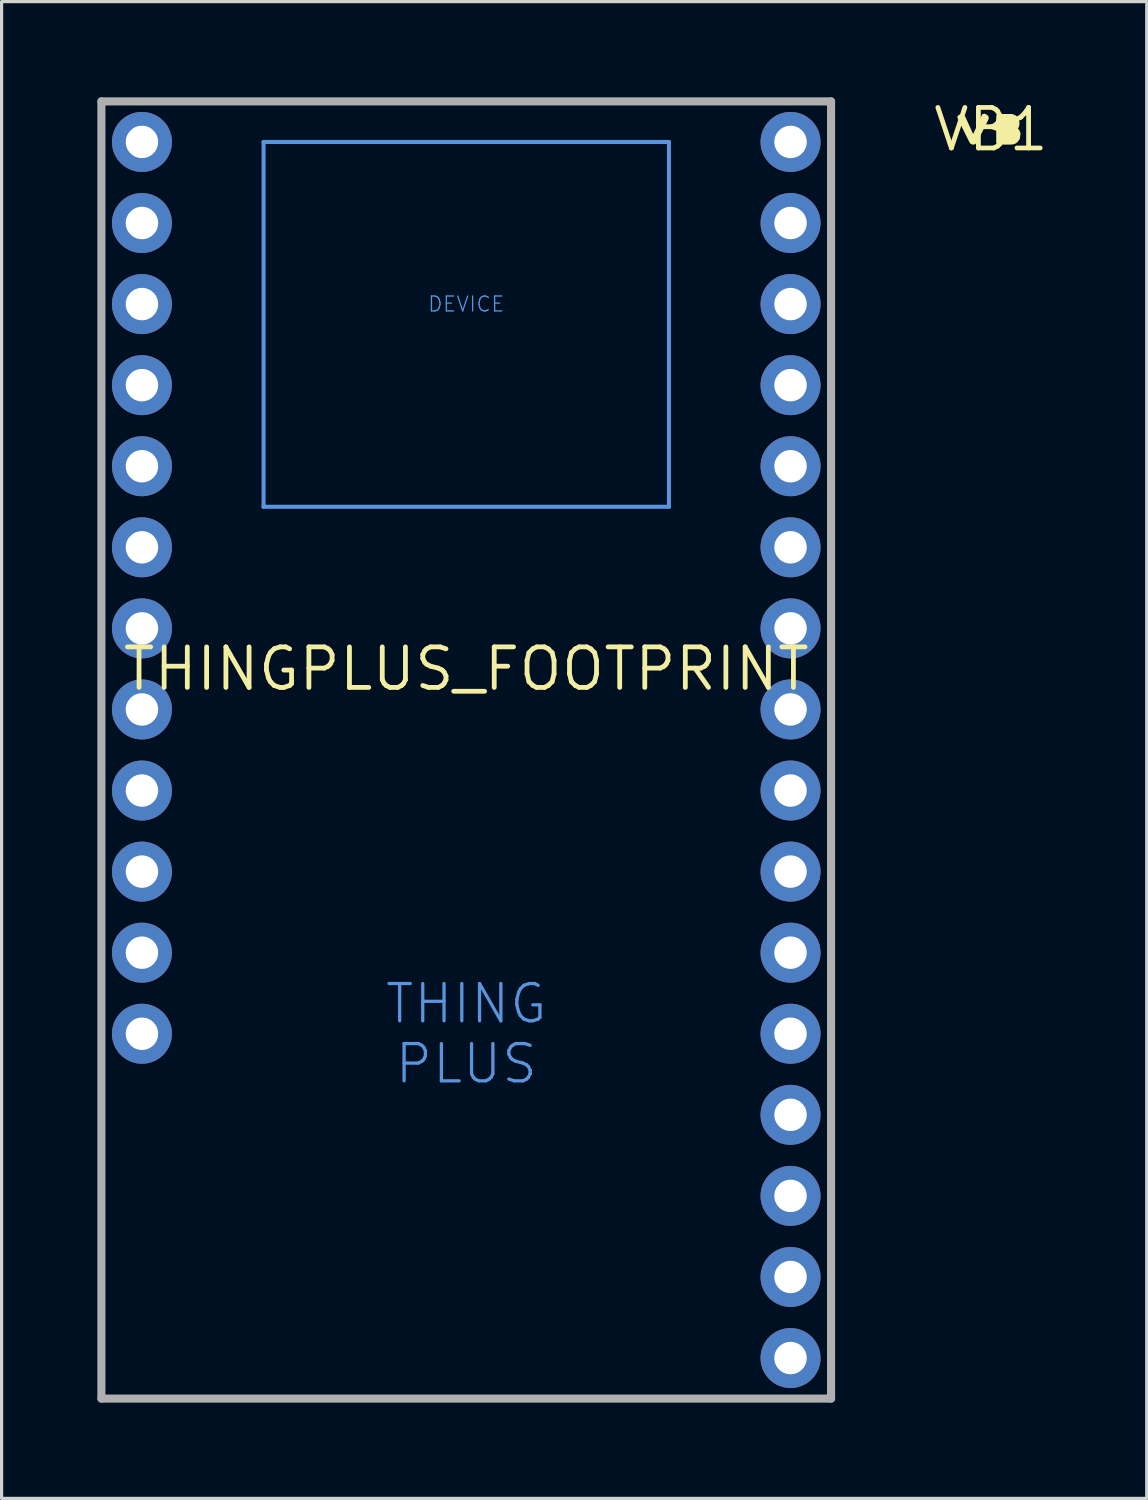
<source format=kicad_pcb>
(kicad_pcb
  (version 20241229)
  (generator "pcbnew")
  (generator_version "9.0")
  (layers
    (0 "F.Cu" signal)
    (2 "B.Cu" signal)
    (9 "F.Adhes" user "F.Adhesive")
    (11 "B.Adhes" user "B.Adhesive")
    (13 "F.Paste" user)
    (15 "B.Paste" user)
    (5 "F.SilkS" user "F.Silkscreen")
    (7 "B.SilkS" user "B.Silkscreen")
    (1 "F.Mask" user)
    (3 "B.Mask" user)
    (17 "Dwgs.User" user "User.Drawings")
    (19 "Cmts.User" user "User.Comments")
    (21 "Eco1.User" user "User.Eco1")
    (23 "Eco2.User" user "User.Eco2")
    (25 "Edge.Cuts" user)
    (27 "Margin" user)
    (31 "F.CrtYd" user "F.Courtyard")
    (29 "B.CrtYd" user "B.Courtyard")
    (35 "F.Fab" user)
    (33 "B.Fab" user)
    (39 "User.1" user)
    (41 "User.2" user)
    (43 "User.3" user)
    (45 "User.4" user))
  (footprint "VB1"
    (layer "F.Cu")
    (at 27.996 1.006)
    (property "Reference" "VB1" (at 0 0 0) (layer "F.SilkS") (effects (font (size 1.27 1.27) (thickness 0.15))))
    (fp_poly (pts (xy -0.836 -0.443) (xy -0.806 -0.403) (xy -0.566 0.126) (xy -0.552 0.133) (xy -0.274 -0.474) (xy -0.21 -0.495) (xy -0.148 -0.474) (xy -0.086 -0.423) (xy -0.065 -0.37) (xy -0.085 -0.298) (xy -0.446 0.423) (xy -0.498 0.465) (xy -0.57 0.475) (xy -0.633 0.454) (xy -0.674 0.403) (xy -1.035 -0.328) (xy -1.055 -0.391) (xy -1.024 -0.444) (xy -0.942 -0.485) (xy -0.878 -0.495)) (stroke (width 0) (type solid)) (fill yes) (layer "F.SilkS"))
    (fp_poly (pts (xy 0.722 -0.465) (xy 0.783 -0.434) (xy 0.834 -0.383) (xy 0.865 -0.322) (xy 0.885 -0.261) (xy 0.895 -0.19) (xy 0.885 -0.119) (xy 0.865 -0.058) (xy 0.846 -0.03) (xy 0.884 0.017) (xy 0.915 0.078) (xy 0.925 0.15) (xy 0.915 0.221) (xy 0.905 0.292) (xy 0.864 0.353) (xy 0.823 0.404) (xy 0.762 0.445) (xy 0.701 0.465) (xy 0.63 0.475) (xy 0.29 0.475) (xy 0.208 0.465) (xy 0.165 0.432) (xy 0.165 -0.39) (xy 0.175 -0.453) (xy 0.229 -0.485) (xy 0.651 -0.485)) (stroke (width 0) (type solid)) (fill yes) (layer "F.SilkS")))
  (footprint "THINGPLUS_FOOTPRINT"
    (layer "F.Cu")
    (at 11.557 17.907)
    (property "Reference" "THINGPLUS_FOOTPRINT" (at 0 0 0) (layer "F.SilkS") (effects (font (size 1.27 1.27) (thickness 0.15))))
    (fp_line (start -6.35 -16.51) (end 6.35 -16.51) (stroke (width 0.127) (type solid)) (layer "Cmts.User"))
    (fp_line (start -6.35 -5.08) (end -6.35 -16.51) (stroke (width 0.127) (type solid)) (layer "Cmts.User"))
    (fp_line (start 6.35 -16.51) (end 6.35 -5.08) (stroke (width 0.127) (type solid)) (layer "Cmts.User"))
    (fp_line (start 6.35 -5.08) (end -6.35 -5.08) (stroke (width 0.127) (type solid)) (layer "Cmts.User"))
    (fp_line (start -11.43 -17.78) (end 11.43 -17.78) (stroke (width 0.254) (type solid)) (layer "F.Fab"))
    (fp_line (start -11.43 22.86) (end -11.43 -17.78) (stroke (width 0.254) (type solid)) (layer "F.Fab"))
    (fp_line (start 11.43 -17.78) (end 11.43 22.86) (stroke (width 0.254) (type solid)) (layer "F.Fab"))
    (fp_line (start 11.43 22.86) (end -11.43 22.86) (stroke (width 0.254) (type solid)) (layer "F.Fab"))
    (fp_poly (pts (xy -9.906 -16.256) (xy -9.906 -16.764) (xy -10.414 -16.764) (xy -10.414 -16.256)) (stroke (width 0.1) (type solid)) (fill no) (layer "F.Fab"))
    (fp_poly (pts (xy -9.906 -13.716) (xy -9.906 -14.224) (xy -10.414 -14.224) (xy -10.414 -13.716)) (stroke (width 0.1) (type solid)) (fill no) (layer "F.Fab"))
    (fp_poly (pts (xy -9.906 -11.176) (xy -9.906 -11.684) (xy -10.414 -11.684) (xy -10.414 -11.176)) (stroke (width 0.1) (type solid)) (fill no) (layer "F.Fab"))
    (fp_poly (pts (xy -9.906 -8.636) (xy -9.906 -9.144) (xy -10.414 -9.144) (xy -10.414 -8.636)) (stroke (width 0.1) (type solid)) (fill no) (layer "F.Fab"))
    (fp_poly (pts (xy -9.906 -6.096) (xy -9.906 -6.604) (xy -10.414 -6.604) (xy -10.414 -6.096)) (stroke (width 0.1) (type solid)) (fill no) (layer "F.Fab"))
    (fp_poly (pts (xy -9.906 -3.556) (xy -9.906 -4.064) (xy -10.414 -4.064) (xy -10.414 -3.556)) (stroke (width 0.1) (type solid)) (fill no) (layer "F.Fab"))
    (fp_poly (pts (xy -9.906 -1.016) (xy -9.906 -1.524) (xy -10.414 -1.524) (xy -10.414 -1.016)) (stroke (width 0.1) (type solid)) (fill no) (layer "F.Fab"))
    (fp_poly (pts (xy -9.906 1.524) (xy -9.906 1.016) (xy -10.414 1.016) (xy -10.414 1.524)) (stroke (width 0.1) (type solid)) (fill no) (layer "F.Fab"))
    (fp_poly (pts (xy -9.906 4.064) (xy -9.906 3.556) (xy -10.414 3.556) (xy -10.414 4.064)) (stroke (width 0.1) (type solid)) (fill no) (layer "F.Fab"))
    (fp_poly (pts (xy -9.906 6.604) (xy -9.906 6.096) (xy -10.414 6.096) (xy -10.414 6.604)) (stroke (width 0.1) (type solid)) (fill no) (layer "F.Fab"))
    (fp_poly (pts (xy -9.906 9.144) (xy -9.906 8.636) (xy -10.414 8.636) (xy -10.414 9.144)) (stroke (width 0.1) (type solid)) (fill no) (layer "F.Fab"))
    (fp_poly (pts (xy -9.906 11.684) (xy -9.906 11.176) (xy -10.414 11.176) (xy -10.414 11.684)) (stroke (width 0.1) (type solid)) (fill no) (layer "F.Fab"))
    (fp_poly (pts (xy 10.414 -16.256) (xy 10.414 -16.764) (xy 9.906 -16.764) (xy 9.906 -16.256)) (stroke (width 0.1) (type solid)) (fill no) (layer "F.Fab"))
    (fp_poly (pts (xy 10.414 -13.716) (xy 10.414 -14.224) (xy 9.906 -14.224) (xy 9.906 -13.716)) (stroke (width 0.1) (type solid)) (fill no) (layer "F.Fab"))
    (fp_poly (pts (xy 10.414 -11.176) (xy 10.414 -11.684) (xy 9.906 -11.684) (xy 9.906 -11.176)) (stroke (width 0.1) (type solid)) (fill no) (layer "F.Fab"))
    (fp_poly (pts (xy 10.414 -8.636) (xy 10.414 -9.144) (xy 9.906 -9.144) (xy 9.906 -8.636)) (stroke (width 0.1) (type solid)) (fill no) (layer "F.Fab"))
    (fp_poly (pts (xy 10.414 -6.096) (xy 10.414 -6.604) (xy 9.906 -6.604) (xy 9.906 -6.096)) (stroke (width 0.1) (type solid)) (fill no) (layer "F.Fab"))
    (fp_poly (pts (xy 10.414 -3.556) (xy 10.414 -4.064) (xy 9.906 -4.064) (xy 9.906 -3.556)) (stroke (width 0.1) (type solid)) (fill no) (layer "F.Fab"))
    (fp_poly (pts (xy 10.414 -1.016) (xy 10.414 -1.524) (xy 9.906 -1.524) (xy 9.906 -1.016)) (stroke (width 0.1) (type solid)) (fill no) (layer "F.Fab"))
    (fp_poly (pts (xy 10.414 1.524) (xy 10.414 1.016) (xy 9.906 1.016) (xy 9.906 1.524)) (stroke (width 0.1) (type solid)) (fill no) (layer "F.Fab"))
    (fp_poly (pts (xy 10.414 4.064) (xy 10.414 3.556) (xy 9.906 3.556) (xy 9.906 4.064)) (stroke (width 0.1) (type solid)) (fill no) (layer "F.Fab"))
    (fp_poly (pts (xy 10.414 6.604) (xy 10.414 6.096) (xy 9.906 6.096) (xy 9.906 6.604)) (stroke (width 0.1) (type solid)) (fill no) (layer "F.Fab"))
    (fp_poly (pts (xy 10.414 9.144) (xy 10.414 8.636) (xy 9.906 8.636) (xy 9.906 9.144)) (stroke (width 0.1) (type solid)) (fill no) (layer "F.Fab"))
    (fp_poly (pts (xy 10.414 11.684) (xy 10.414 11.176) (xy 9.906 11.176) (xy 9.906 11.684)) (stroke (width 0.1) (type solid)) (fill no) (layer "F.Fab"))
    (fp_poly (pts (xy 10.414 14.224) (xy 10.414 13.716) (xy 9.906 13.716) (xy 9.906 14.224)) (stroke (width 0.1) (type solid)) (fill no) (layer "F.Fab"))
    (fp_poly (pts (xy 10.414 16.764) (xy 10.414 16.256) (xy 9.906 16.256) (xy 9.906 16.764)) (stroke (width 0.1) (type solid)) (fill no) (layer "F.Fab"))
    (fp_poly (pts (xy 10.414 19.304) (xy 10.414 18.796) (xy 9.906 18.796) (xy 9.906 19.304)) (stroke (width 0.1) (type solid)) (fill no) (layer "F.Fab"))
    (fp_poly (pts (xy 10.414 21.844) (xy 10.414 21.336) (xy 9.906 21.336) (xy 9.906 21.844)) (stroke (width 0.1) (type solid)) (fill no) (layer "F.Fab"))
    (fp_text user "DEVICE" (at 0 -11.43 0) (layer "Cmts.User") (effects (font (size 0.467 0.467) (thickness 0.041))))
    (fp_text user "THING\nPLUS" (at 0 11.43 0) (layer "Cmts.User") (effects (font (size 1.168 1.168) (thickness 0.102))))
    (pad "3V3" thru_hole circle (at 10.16 19.05 180) (size 1.88 1.88) (drill 1.016) (layers "*.Cu" "*.Mask"))
    (pad "7" thru_hole circle (at -10.16 -11.43 180) (size 1.88 1.88) (drill 1.016) (layers "*.Cu" "*.Mask"))
    (pad "8" thru_hole circle (at -10.16 -8.89 180) (size 1.88 1.88) (drill 1.016) (layers "*.Cu" "*.Mask"))
    (pad "9" thru_hole circle (at -10.16 -6.35 180) (size 1.88 1.88) (drill 1.016) (layers "*.Cu" "*.Mask"))
    (pad "10" thru_hole circle (at -10.16 -3.81 180) (size 1.88 1.88) (drill 1.016) (layers "*.Cu" "*.Mask"))
    (pad "11" thru_hole circle (at -10.16 -1.27 180) (size 1.88 1.88) (drill 1.016) (layers "*.Cu" "*.Mask"))
    (pad "12" thru_hole circle (at -10.16 1.27 180) (size 1.88 1.88) (drill 1.016) (layers "*.Cu" "*.Mask"))
    (pad "13" thru_hole circle (at -10.16 3.81 180) (size 1.88 1.88) (drill 1.016) (layers "*.Cu" "*.Mask"))
    (pad "A0" thru_hole circle (at 10.16 11.43 180) (size 1.88 1.88) (drill 1.016) (layers "*.Cu" "*.Mask"))
    (pad "A1" thru_hole circle (at 10.16 8.89 180) (size 1.88 1.88) (drill 1.016) (layers "*.Cu" "*.Mask"))
    (pad "A2" thru_hole circle (at 10.16 6.35 180) (size 1.88 1.88) (drill 1.016) (layers "*.Cu" "*.Mask"))
    (pad "A3" thru_hole circle (at 10.16 3.81 180) (size 1.88 1.88) (drill 1.016) (layers "*.Cu" "*.Mask"))
    (pad "A4" thru_hole circle (at 10.16 1.27 180) (size 1.88 1.88) (drill 1.016) (layers "*.Cu" "*.Mask"))
    (pad "A5" thru_hole circle (at 10.16 -1.27 180) (size 1.88 1.88) (drill 1.016) (layers "*.Cu" "*.Mask"))
    (pad "AREF" thru_hole circle (at 10.16 16.51 180) (size 1.88 1.88) (drill 1.016) (layers "*.Cu" "*.Mask"))
    (pad "CIPO" thru_hole circle (at 10.16 -8.89 180) (size 1.88 1.88) (drill 1.016) (layers "*.Cu" "*.Mask"))
    (pad "COPI" thru_hole circle (at 10.16 -6.35 180) (size 1.88 1.88) (drill 1.016) (layers "*.Cu" "*.Mask"))
    (pad "EN" thru_hole circle (at -10.16 8.89 180) (size 1.88 1.88) (drill 1.016) (layers "*.Cu" "*.Mask"))
    (pad "FREEBIE" thru_hole circle (at 10.16 -16.51 180) (size 1.88 1.88) (drill 1.016) (layers "*.Cu" "*.Mask"))
    (pad "GND" thru_hole circle (at 10.16 13.97 180) (size 1.88 1.88) (drill 1.016) (layers "*.Cu" "*.Mask"))
    (pad "RST" thru_hole circle (at 10.16 21.59 180) (size 1.88 1.88) (drill 1.016) (layers "*.Cu" "*.Mask"))
    (pad "RX" thru_hole circle (at 10.16 -11.43 180) (size 1.88 1.88) (drill 1.016) (layers "*.Cu" "*.Mask"))
    (pad "SCK" thru_hole circle (at 10.16 -3.81 180) (size 1.88 1.88) (drill 1.016) (layers "*.Cu" "*.Mask"))
    (pad "SCL" thru_hole circle (at -10.16 -13.97 180) (size 1.88 1.88) (drill 1.016) (layers "*.Cu" "*.Mask"))
    (pad "SDA" thru_hole circle (at -10.16 -16.51 180) (size 1.88 1.88) (drill 1.016) (layers "*.Cu" "*.Mask"))
    (pad "TX" thru_hole circle (at 10.16 -13.97 180) (size 1.88 1.88) (drill 1.016) (layers "*.Cu" "*.Mask"))
    (pad "V_BATT" thru_hole circle (at -10.16 11.43 180) (size 1.88 1.88) (drill 1.016) (layers "*.Cu" "*.Mask"))
    (pad "V_USB" thru_hole circle (at -10.16 6.35 180) (size 1.88 1.88) (drill 1.016) (layers "*.Cu" "*.Mask")))
  (gr_rect
    (start -3 -3)
    (end 32.878 43.894)
    (stroke (width 0.1) (type default))
    (fill no)
    (layer "Edge.Cuts")))
</source>
